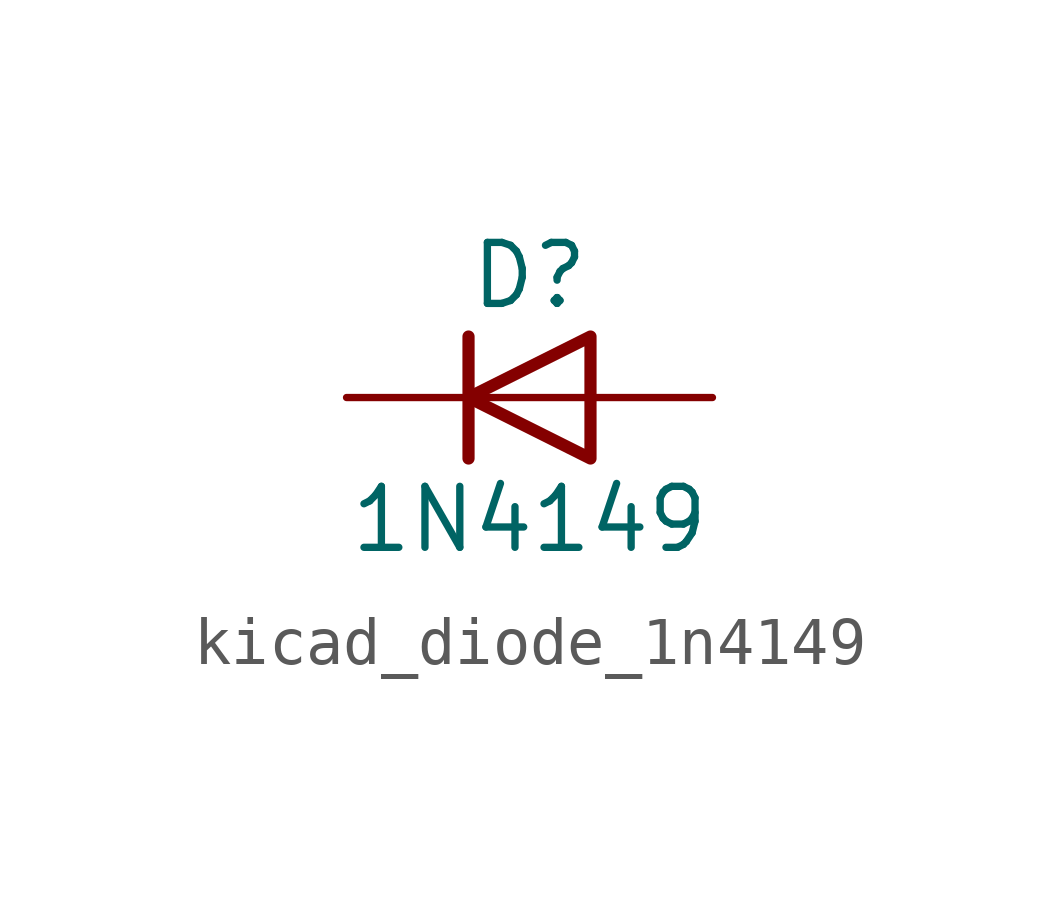
<source format=kicad_sym>
(kicad_symbol_lib
  (version 20220914)
  (generator kicad_symbol_editor)
  (symbol "kicad_diode_1n4149"
    (pin_numbers hide)
    (pin_names hide)
    (property "Reference" "D"
      (at 0 2.54 0)
      (effects (font (size 1.27 1.27))))
    (property "Value" "1N4149"
      (at 0 -2.54 0)
      (effects (font (size 1.27 1.27))))
    (symbol "kicad_diode_1n4149_0_1"
      (polyline (pts (xy -1.27 1.27) (xy -1.27 -1.27)) (stroke (width 0.254) (type default)) (fill (type none)))
      (polyline (pts (xy 1.27 0) (xy -1.27 0)) (stroke (width 0) (type default)) (fill (type none)))
      (polyline (pts (xy 1.27 1.27) (xy 1.27 -1.27) (xy -1.27 0) (xy 1.27 1.27)) (stroke (width 0.254) (type default)) (fill (type none))))
    (symbol "kicad_diode_1n4149_1_1"
      (pin passive line (at -3.81 0 0) (length 2.54) (name "K" (effects (font (size 1.27 1.27)))) (number "1" (effects (font (size 1.27 1.27)))))
      (pin passive line (at 3.81 0 180) (length 2.54) (name "A" (effects (font (size 1.27 1.27)))) (number "2" (effects (font (size 1.27 1.27))))))))
</source>
